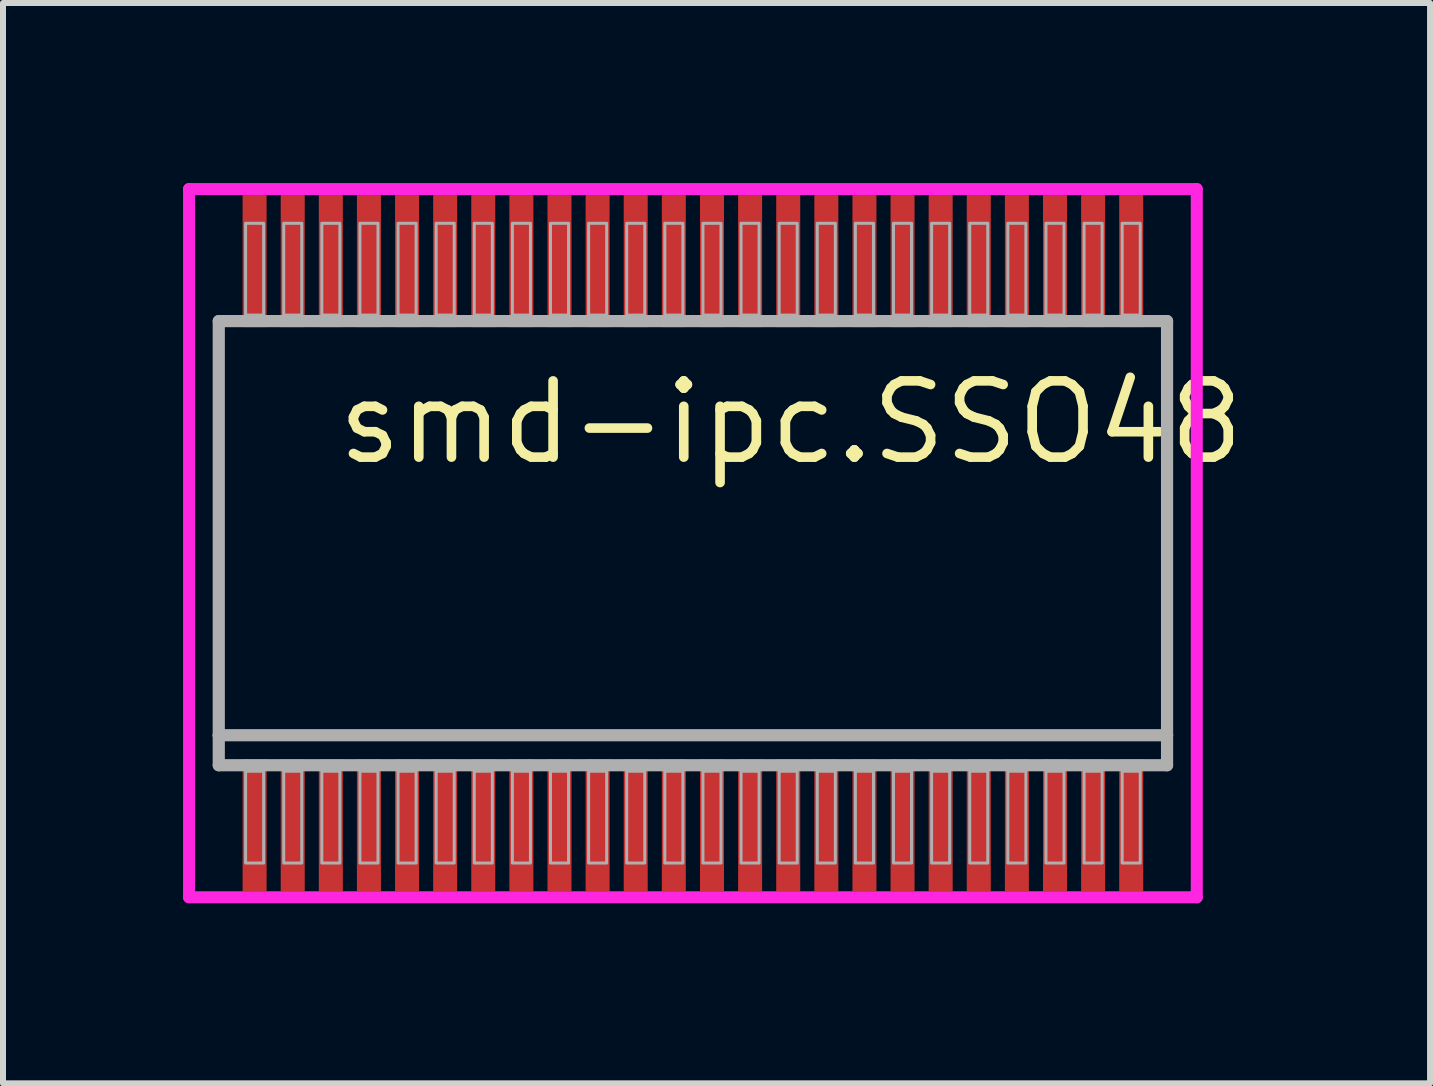
<source format=kicad_pcb>
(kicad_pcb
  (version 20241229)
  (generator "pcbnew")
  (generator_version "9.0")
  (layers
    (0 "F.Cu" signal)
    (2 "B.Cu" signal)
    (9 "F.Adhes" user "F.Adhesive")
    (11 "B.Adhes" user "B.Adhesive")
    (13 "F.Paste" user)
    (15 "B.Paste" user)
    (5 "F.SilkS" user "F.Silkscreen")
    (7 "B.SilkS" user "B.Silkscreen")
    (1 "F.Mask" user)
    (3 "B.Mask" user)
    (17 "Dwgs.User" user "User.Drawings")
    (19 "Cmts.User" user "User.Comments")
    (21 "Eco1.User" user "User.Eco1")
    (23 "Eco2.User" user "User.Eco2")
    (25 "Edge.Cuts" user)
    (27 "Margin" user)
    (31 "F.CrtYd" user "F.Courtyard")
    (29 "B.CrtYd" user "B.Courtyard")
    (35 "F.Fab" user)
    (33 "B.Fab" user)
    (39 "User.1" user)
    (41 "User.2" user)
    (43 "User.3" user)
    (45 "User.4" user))
  (footprint "smd-ipc.SSO48"
    (layer "F.Cu")
    (at 8.495 6)
    (property "Reference" "smd-ipc.SSO48" (at -6.003 -1.27 0) (layer "F.SilkS") (effects (font (size 1.27 1.27) (thickness 0.16)) (justify left bottom)))
    (attr smd)
    (fp_line (start -8.395 -5.9) (end 8.395 -5.9) (stroke (width 0.2) (type default)) (layer "F.CrtYd"))
    (fp_line (start -8.395 5.9) (end -8.395 -5.9) (stroke (width 0.2) (type default)) (layer "F.CrtYd"))
    (fp_line (start 8.395 -5.9) (end 8.395 5.9) (stroke (width 0.2) (type default)) (layer "F.CrtYd"))
    (fp_line (start 8.395 5.9) (end -8.395 5.9) (stroke (width 0.2) (type default)) (layer "F.CrtYd"))
    (fp_line (start -7.9 -3.7) (end 7.9 -3.7) (stroke (width 0.203) (type default)) (layer "F.Fab"))
    (fp_line (start -7.9 3.2) (end -7.9 -3.7) (stroke (width 0.203) (type default)) (layer "F.Fab"))
    (fp_line (start -7.9 3.7) (end -7.9 3.2) (stroke (width 0.203) (type default)) (layer "F.Fab"))
    (fp_line (start 7.9 -3.7) (end 7.9 3.2) (stroke (width 0.203) (type default)) (layer "F.Fab"))
    (fp_line (start 7.9 3.2) (end -7.9 3.2) (stroke (width 0.203) (type default)) (layer "F.Fab"))
    (fp_line (start 7.9 3.2) (end 7.9 3.7) (stroke (width 0.203) (type default)) (layer "F.Fab"))
    (fp_line (start 7.9 3.7) (end -7.9 3.7) (stroke (width 0.203) (type default)) (layer "F.Fab"))
    (fp_rect (start -7.453 -3.8) (end -7.152 -5.33) (stroke (width 0.05) (type default)) (fill no) (layer "F.Fab"))
    (fp_rect (start -7.453 5.33) (end -7.152 3.8) (stroke (width 0.05) (type default)) (fill no) (layer "F.Fab"))
    (fp_rect (start -6.818 -3.8) (end -6.517 -5.33) (stroke (width 0.05) (type default)) (fill no) (layer "F.Fab"))
    (fp_rect (start -6.818 5.33) (end -6.517 3.8) (stroke (width 0.05) (type default)) (fill no) (layer "F.Fab"))
    (fp_rect (start -6.183 -3.8) (end -5.882 -5.33) (stroke (width 0.05) (type default)) (fill no) (layer "F.Fab"))
    (fp_rect (start -6.183 5.33) (end -5.882 3.8) (stroke (width 0.05) (type default)) (fill no) (layer "F.Fab"))
    (fp_rect (start -5.548 -3.8) (end -5.247 -5.33) (stroke (width 0.05) (type default)) (fill no) (layer "F.Fab"))
    (fp_rect (start -5.548 5.33) (end -5.247 3.8) (stroke (width 0.05) (type default)) (fill no) (layer "F.Fab"))
    (fp_rect (start -4.913 -3.8) (end -4.612 -5.33) (stroke (width 0.05) (type default)) (fill no) (layer "F.Fab"))
    (fp_rect (start -4.913 5.33) (end -4.612 3.8) (stroke (width 0.05) (type default)) (fill no) (layer "F.Fab"))
    (fp_rect (start -4.278 -3.8) (end -3.977 -5.33) (stroke (width 0.05) (type default)) (fill no) (layer "F.Fab"))
    (fp_rect (start -4.278 5.33) (end -3.977 3.8) (stroke (width 0.05) (type default)) (fill no) (layer "F.Fab"))
    (fp_rect (start -3.643 -3.8) (end -3.342 -5.33) (stroke (width 0.05) (type default)) (fill no) (layer "F.Fab"))
    (fp_rect (start -3.643 5.33) (end -3.342 3.8) (stroke (width 0.05) (type default)) (fill no) (layer "F.Fab"))
    (fp_rect (start -3.008 -3.8) (end -2.707 -5.33) (stroke (width 0.05) (type default)) (fill no) (layer "F.Fab"))
    (fp_rect (start -3.008 5.33) (end -2.707 3.8) (stroke (width 0.05) (type default)) (fill no) (layer "F.Fab"))
    (fp_rect (start -2.373 -3.8) (end -2.072 -5.33) (stroke (width 0.05) (type default)) (fill no) (layer "F.Fab"))
    (fp_rect (start -2.373 5.33) (end -2.072 3.8) (stroke (width 0.05) (type default)) (fill no) (layer "F.Fab"))
    (fp_rect (start -1.738 -3.8) (end -1.437 -5.33) (stroke (width 0.05) (type default)) (fill no) (layer "F.Fab"))
    (fp_rect (start -1.738 5.33) (end -1.437 3.8) (stroke (width 0.05) (type default)) (fill no) (layer "F.Fab"))
    (fp_rect (start -1.103 -3.8) (end -0.802 -5.33) (stroke (width 0.05) (type default)) (fill no) (layer "F.Fab"))
    (fp_rect (start -1.103 5.33) (end -0.802 3.8) (stroke (width 0.05) (type default)) (fill no) (layer "F.Fab"))
    (fp_rect (start -0.468 -3.8) (end -0.167 -5.33) (stroke (width 0.05) (type default)) (fill no) (layer "F.Fab"))
    (fp_rect (start -0.468 5.33) (end -0.167 3.8) (stroke (width 0.05) (type default)) (fill no) (layer "F.Fab"))
    (fp_rect (start 0.167 -3.8) (end 0.468 -5.33) (stroke (width 0.05) (type default)) (fill no) (layer "F.Fab"))
    (fp_rect (start 0.167 5.33) (end 0.468 3.8) (stroke (width 0.05) (type default)) (fill no) (layer "F.Fab"))
    (fp_rect (start 0.802 -3.8) (end 1.103 -5.33) (stroke (width 0.05) (type default)) (fill no) (layer "F.Fab"))
    (fp_rect (start 0.802 5.33) (end 1.103 3.8) (stroke (width 0.05) (type default)) (fill no) (layer "F.Fab"))
    (fp_rect (start 1.437 -3.8) (end 1.738 -5.33) (stroke (width 0.05) (type default)) (fill no) (layer "F.Fab"))
    (fp_rect (start 1.437 5.33) (end 1.738 3.8) (stroke (width 0.05) (type default)) (fill no) (layer "F.Fab"))
    (fp_rect (start 2.072 -3.8) (end 2.373 -5.33) (stroke (width 0.05) (type default)) (fill no) (layer "F.Fab"))
    (fp_rect (start 2.072 5.33) (end 2.373 3.8) (stroke (width 0.05) (type default)) (fill no) (layer "F.Fab"))
    (fp_rect (start 2.707 -3.8) (end 3.008 -5.33) (stroke (width 0.05) (type default)) (fill no) (layer "F.Fab"))
    (fp_rect (start 2.707 5.33) (end 3.008 3.8) (stroke (width 0.05) (type default)) (fill no) (layer "F.Fab"))
    (fp_rect (start 3.342 -3.8) (end 3.643 -5.33) (stroke (width 0.05) (type default)) (fill no) (layer "F.Fab"))
    (fp_rect (start 3.342 5.33) (end 3.643 3.8) (stroke (width 0.05) (type default)) (fill no) (layer "F.Fab"))
    (fp_rect (start 3.977 -3.8) (end 4.278 -5.33) (stroke (width 0.05) (type default)) (fill no) (layer "F.Fab"))
    (fp_rect (start 3.977 5.33) (end 4.278 3.8) (stroke (width 0.05) (type default)) (fill no) (layer "F.Fab"))
    (fp_rect (start 4.612 -3.8) (end 4.913 -5.33) (stroke (width 0.05) (type default)) (fill no) (layer "F.Fab"))
    (fp_rect (start 4.612 5.33) (end 4.913 3.8) (stroke (width 0.05) (type default)) (fill no) (layer "F.Fab"))
    (fp_rect (start 5.247 -3.8) (end 5.548 -5.33) (stroke (width 0.05) (type default)) (fill no) (layer "F.Fab"))
    (fp_rect (start 5.247 5.33) (end 5.548 3.8) (stroke (width 0.05) (type default)) (fill no) (layer "F.Fab"))
    (fp_rect (start 5.882 -3.8) (end 6.183 -5.33) (stroke (width 0.05) (type default)) (fill no) (layer "F.Fab"))
    (fp_rect (start 5.882 5.33) (end 6.183 3.8) (stroke (width 0.05) (type default)) (fill no) (layer "F.Fab"))
    (fp_rect (start 6.517 -3.8) (end 6.818 -5.33) (stroke (width 0.05) (type default)) (fill no) (layer "F.Fab"))
    (fp_rect (start 6.517 5.33) (end 6.818 3.8) (stroke (width 0.05) (type default)) (fill no) (layer "F.Fab"))
    (fp_rect (start 7.152 -3.8) (end 7.453 -5.33) (stroke (width 0.05) (type default)) (fill no) (layer "F.Fab"))
    (fp_rect (start 7.152 5.33) (end 7.453 3.8) (stroke (width 0.05) (type default)) (fill no) (layer "F.Fab"))
    (pad "1" smd roundrect (at -7.303 4.7) (size 0.4 2.2) (layers "F.Cu" "F.Mask" "F.Paste") (roundrect_rratio 0.01))
    (pad "2" smd roundrect (at -6.668 4.7) (size 0.4 2.2) (layers "F.Cu" "F.Mask" "F.Paste") (roundrect_rratio 0.01))
    (pad "3" smd roundrect (at -6.033 4.7) (size 0.4 2.2) (layers "F.Cu" "F.Mask" "F.Paste") (roundrect_rratio 0.01))
    (pad "4" smd roundrect (at -5.398 4.7) (size 0.4 2.2) (layers "F.Cu" "F.Mask" "F.Paste") (roundrect_rratio 0.01))
    (pad "5" smd roundrect (at -4.763 4.7) (size 0.4 2.2) (layers "F.Cu" "F.Mask" "F.Paste") (roundrect_rratio 0.01))
    (pad "6" smd roundrect (at -4.128 4.7) (size 0.4 2.2) (layers "F.Cu" "F.Mask" "F.Paste") (roundrect_rratio 0.01))
    (pad "7" smd roundrect (at -3.493 4.7) (size 0.4 2.2) (layers "F.Cu" "F.Mask" "F.Paste") (roundrect_rratio 0.01))
    (pad "8" smd roundrect (at -2.858 4.7) (size 0.4 2.2) (layers "F.Cu" "F.Mask" "F.Paste") (roundrect_rratio 0.01))
    (pad "9" smd roundrect (at -2.223 4.7) (size 0.4 2.2) (layers "F.Cu" "F.Mask" "F.Paste") (roundrect_rratio 0.01))
    (pad "10" smd roundrect (at -1.588 4.7) (size 0.4 2.2) (layers "F.Cu" "F.Mask" "F.Paste") (roundrect_rratio 0.01))
    (pad "11" smd roundrect (at -0.953 4.7) (size 0.4 2.2) (layers "F.Cu" "F.Mask" "F.Paste") (roundrect_rratio 0.01))
    (pad "12" smd roundrect (at -0.318 4.7) (size 0.4 2.2) (layers "F.Cu" "F.Mask" "F.Paste") (roundrect_rratio 0.01))
    (pad "13" smd roundrect (at 0.318 4.7) (size 0.4 2.2) (layers "F.Cu" "F.Mask" "F.Paste") (roundrect_rratio 0.01))
    (pad "14" smd roundrect (at 0.953 4.7) (size 0.4 2.2) (layers "F.Cu" "F.Mask" "F.Paste") (roundrect_rratio 0.01))
    (pad "15" smd roundrect (at 1.588 4.7) (size 0.4 2.2) (layers "F.Cu" "F.Mask" "F.Paste") (roundrect_rratio 0.01))
    (pad "16" smd roundrect (at 2.223 4.7) (size 0.4 2.2) (layers "F.Cu" "F.Mask" "F.Paste") (roundrect_rratio 0.01))
    (pad "17" smd roundrect (at 2.858 4.7) (size 0.4 2.2) (layers "F.Cu" "F.Mask" "F.Paste") (roundrect_rratio 0.01))
    (pad "18" smd roundrect (at 3.493 4.7) (size 0.4 2.2) (layers "F.Cu" "F.Mask" "F.Paste") (roundrect_rratio 0.01))
    (pad "19" smd roundrect (at 4.128 4.7) (size 0.4 2.2) (layers "F.Cu" "F.Mask" "F.Paste") (roundrect_rratio 0.01))
    (pad "20" smd roundrect (at 4.763 4.7) (size 0.4 2.2) (layers "F.Cu" "F.Mask" "F.Paste") (roundrect_rratio 0.01))
    (pad "21" smd roundrect (at 5.398 4.7) (size 0.4 2.2) (layers "F.Cu" "F.Mask" "F.Paste") (roundrect_rratio 0.01))
    (pad "22" smd roundrect (at 6.033 4.7) (size 0.4 2.2) (layers "F.Cu" "F.Mask" "F.Paste") (roundrect_rratio 0.01))
    (pad "23" smd roundrect (at 6.668 4.7) (size 0.4 2.2) (layers "F.Cu" "F.Mask" "F.Paste") (roundrect_rratio 0.01))
    (pad "24" smd roundrect (at 7.303 4.7) (size 0.4 2.2) (layers "F.Cu" "F.Mask" "F.Paste") (roundrect_rratio 0.01))
    (pad "25" smd roundrect (at 7.303 -4.7) (size 0.4 2.2) (layers "F.Cu" "F.Mask" "F.Paste") (roundrect_rratio 0.01))
    (pad "26" smd roundrect (at 6.668 -4.7) (size 0.4 2.2) (layers "F.Cu" "F.Mask" "F.Paste") (roundrect_rratio 0.01))
    (pad "27" smd roundrect (at 6.033 -4.7) (size 0.4 2.2) (layers "F.Cu" "F.Mask" "F.Paste") (roundrect_rratio 0.01))
    (pad "28" smd roundrect (at 5.398 -4.7) (size 0.4 2.2) (layers "F.Cu" "F.Mask" "F.Paste") (roundrect_rratio 0.01))
    (pad "29" smd roundrect (at 4.763 -4.7) (size 0.4 2.2) (layers "F.Cu" "F.Mask" "F.Paste") (roundrect_rratio 0.01))
    (pad "30" smd roundrect (at 4.128 -4.7) (size 0.4 2.2) (layers "F.Cu" "F.Mask" "F.Paste") (roundrect_rratio 0.01))
    (pad "31" smd roundrect (at 3.493 -4.7) (size 0.4 2.2) (layers "F.Cu" "F.Mask" "F.Paste") (roundrect_rratio 0.01))
    (pad "32" smd roundrect (at 2.858 -4.7) (size 0.4 2.2) (layers "F.Cu" "F.Mask" "F.Paste") (roundrect_rratio 0.01))
    (pad "33" smd roundrect (at 2.223 -4.7) (size 0.4 2.2) (layers "F.Cu" "F.Mask" "F.Paste") (roundrect_rratio 0.01))
    (pad "34" smd roundrect (at 1.588 -4.7) (size 0.4 2.2) (layers "F.Cu" "F.Mask" "F.Paste") (roundrect_rratio 0.01))
    (pad "35" smd roundrect (at 0.953 -4.7) (size 0.4 2.2) (layers "F.Cu" "F.Mask" "F.Paste") (roundrect_rratio 0.01))
    (pad "36" smd roundrect (at 0.318 -4.7) (size 0.4 2.2) (layers "F.Cu" "F.Mask" "F.Paste") (roundrect_rratio 0.01))
    (pad "37" smd roundrect (at -0.318 -4.7) (size 0.4 2.2) (layers "F.Cu" "F.Mask" "F.Paste") (roundrect_rratio 0.01))
    (pad "38" smd roundrect (at -0.953 -4.7) (size 0.4 2.2) (layers "F.Cu" "F.Mask" "F.Paste") (roundrect_rratio 0.01))
    (pad "39" smd roundrect (at -1.588 -4.7) (size 0.4 2.2) (layers "F.Cu" "F.Mask" "F.Paste") (roundrect_rratio 0.01))
    (pad "40" smd roundrect (at -2.223 -4.7) (size 0.4 2.2) (layers "F.Cu" "F.Mask" "F.Paste") (roundrect_rratio 0.01))
    (pad "41" smd roundrect (at -2.858 -4.7) (size 0.4 2.2) (layers "F.Cu" "F.Mask" "F.Paste") (roundrect_rratio 0.01))
    (pad "42" smd roundrect (at -3.493 -4.7) (size 0.4 2.2) (layers "F.Cu" "F.Mask" "F.Paste") (roundrect_rratio 0.01))
    (pad "43" smd roundrect (at -4.128 -4.7) (size 0.4 2.2) (layers "F.Cu" "F.Mask" "F.Paste") (roundrect_rratio 0.01))
    (pad "44" smd roundrect (at -4.763 -4.7) (size 0.4 2.2) (layers "F.Cu" "F.Mask" "F.Paste") (roundrect_rratio 0.01))
    (pad "45" smd roundrect (at -5.398 -4.7) (size 0.4 2.2) (layers "F.Cu" "F.Mask" "F.Paste") (roundrect_rratio 0.01))
    (pad "46" smd roundrect (at -6.033 -4.7) (size 0.4 2.2) (layers "F.Cu" "F.Mask" "F.Paste") (roundrect_rratio 0.01))
    (pad "47" smd roundrect (at -6.668 -4.7) (size 0.4 2.2) (layers "F.Cu" "F.Mask" "F.Paste") (roundrect_rratio 0.01))
    (pad "48" smd roundrect (at -7.303 -4.7) (size 0.4 2.2) (layers "F.Cu" "F.Mask" "F.Paste") (roundrect_rratio 0.01)))
  (gr_rect
    (start -3 -3)
    (end 20.777 15)
    (stroke (width 0.1) (type default))
    (fill no)
    (layer "Edge.Cuts")))
</source>
